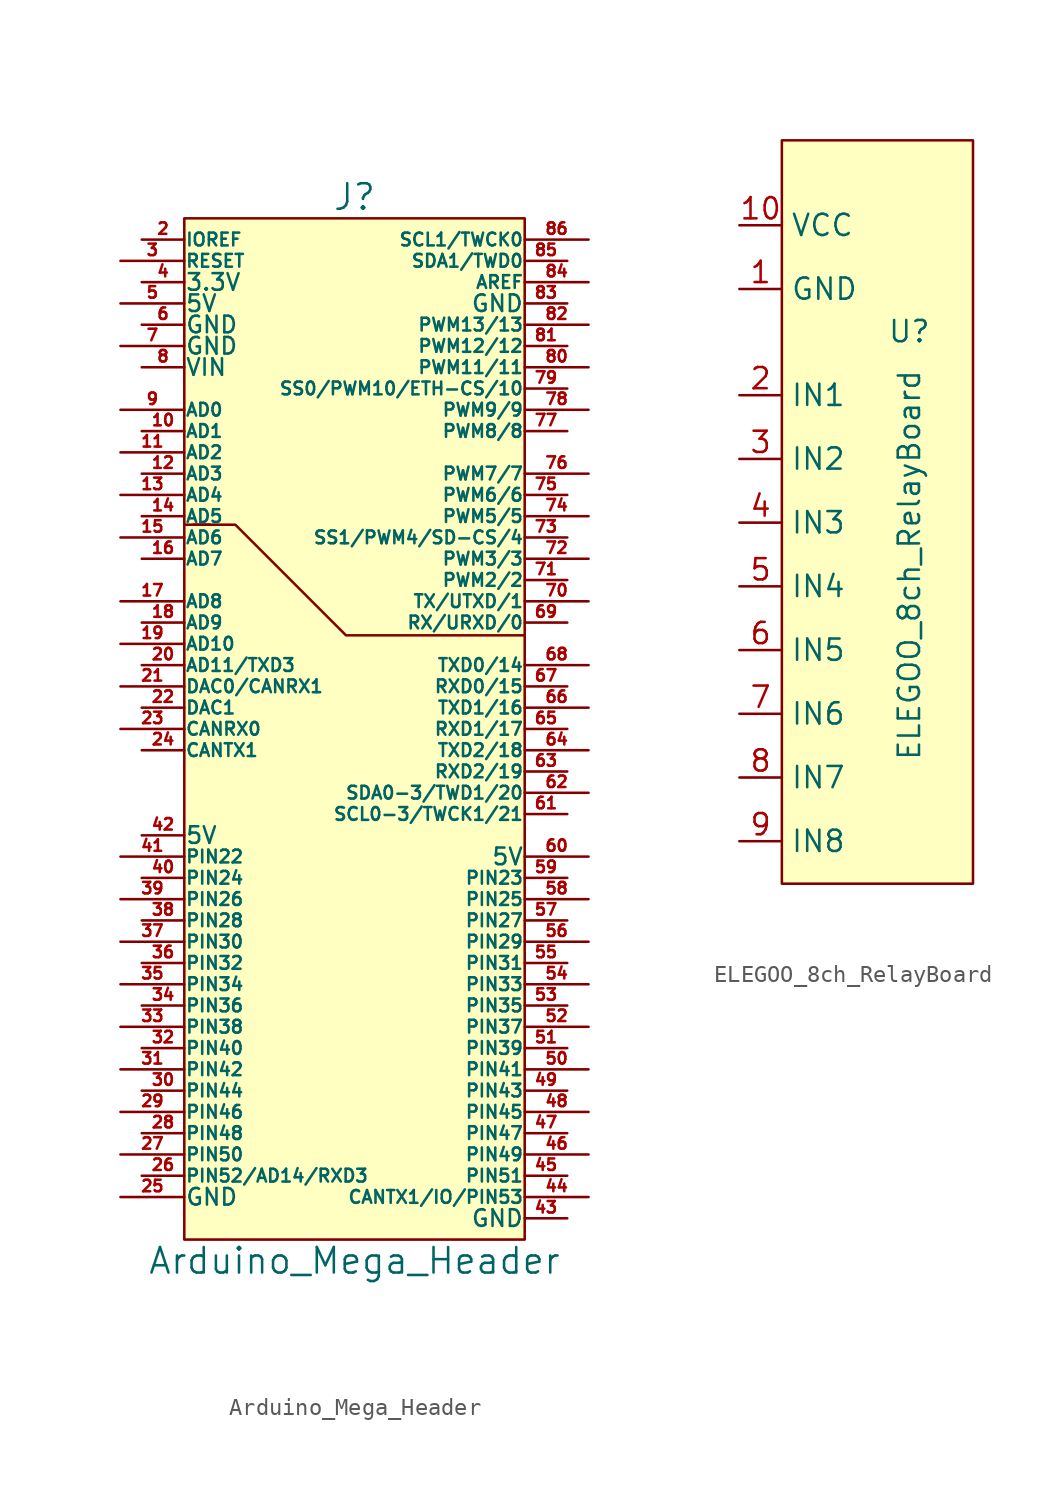
<source format=kicad_sym>
(kicad_symbol_lib
  (version 20211014)
  (generator kicad_symbol_editor)
  (symbol "Arduino_Mega_Header"
    (pin_names
      (offset 0.025))
    (property "Reference" "J"
      (at 0 31.75 0)
      (effects (font (size 1.524 1.524))))
    (property "Value" "Arduino_Mega_Header"
      (at 0 -31.75 0)
      (effects (font (size 1.524 1.524))))
    (property "Footprint" ""
      (at 0 0 0)
      (effects (font (size 1.524 1.524))))
    (property "Datasheet" ""
      (at 0 0 0)
      (effects (font (size 1.524 1.524))))
    (symbol "Arduino_Mega_Header_0_1"
      (polyline (pts (xy -8.636 12.192) (xy -9.652 12.192)) (stroke (width 0) (type default) (color 0 0 0 0)) (fill (type none)))
      (polyline (pts (xy 10.16 5.588) (xy -0.508 5.588) (xy -7.112 12.192) (xy -10.16 12.192)) (stroke (width 0) (type default) (color 0 0 0 0)) (fill (type none)))
      (rectangle (start 10.16 -30.48) (end -10.16 30.48) (stroke (width 0) (type default) (color 0 0 0 0)) (fill (type background))))
    (symbol "Arduino_Mega_Header_1_1"
      (pin passive line (at -12.7 17.78 0) (length 2.54) (name "AD1" (effects (font (size 0.762 0.762)))) (number "10" (effects (font (size 0.686 0.686)))))
      (pin passive line (at -13.97 16.51 0) (length 3.81) (name "AD2" (effects (font (size 0.762 0.762)))) (number "11" (effects (font (size 0.686 0.686)))))
      (pin passive line (at -12.7 15.24 0) (length 2.54) (name "AD3" (effects (font (size 0.762 0.762)))) (number "12" (effects (font (size 0.686 0.686)))))
      (pin passive line (at -13.97 13.97 0) (length 3.81) (name "AD4" (effects (font (size 0.762 0.762)))) (number "13" (effects (font (size 0.686 0.686)))))
      (pin passive line (at -12.7 12.7 0) (length 2.54) (name "AD5" (effects (font (size 0.762 0.762)))) (number "14" (effects (font (size 0.686 0.686)))))
      (pin passive line (at -13.97 11.43 0) (length 3.81) (name "AD6" (effects (font (size 0.762 0.762)))) (number "15" (effects (font (size 0.686 0.686)))))
      (pin passive line (at -12.7 10.16 0) (length 2.54) (name "AD7" (effects (font (size 0.762 0.762)))) (number "16" (effects (font (size 0.686 0.686)))))
      (pin passive line (at -13.97 7.62 0) (length 3.81) (name "AD8" (effects (font (size 0.762 0.762)))) (number "17" (effects (font (size 0.686 0.686)))))
      (pin passive line (at -12.7 6.35 0) (length 2.54) (name "AD9" (effects (font (size 0.762 0.762)))) (number "18" (effects (font (size 0.686 0.686)))))
      (pin passive line (at -13.97 5.08 0) (length 3.81) (name "AD10" (effects (font (size 0.762 0.762)))) (number "19" (effects (font (size 0.686 0.686)))))
      (pin passive line (at -12.7 29.21 0) (length 2.54) (name "IOREF" (effects (font (size 0.762 0.762)))) (number "2" (effects (font (size 0.686 0.686)))))
      (pin passive line (at -12.7 3.81 0) (length 2.54) (name "AD11/TXD3" (effects (font (size 0.762 0.762)))) (number "20" (effects (font (size 0.686 0.686)))))
      (pin passive line (at -13.97 2.54 0) (length 3.81) (name "DAC0/CANRX1" (effects (font (size 0.762 0.762)))) (number "21" (effects (font (size 0.686 0.686)))))
      (pin passive line (at -12.7 1.27 0) (length 2.54) (name "DAC1" (effects (font (size 0.762 0.762)))) (number "22" (effects (font (size 0.686 0.686)))))
      (pin passive line (at -13.97 0 0) (length 3.81) (name "CANRX0" (effects (font (size 0.762 0.762)))) (number "23" (effects (font (size 0.686 0.686)))))
      (pin passive line (at -12.7 -1.27 0) (length 2.54) (name "CANTX1" (effects (font (size 0.762 0.762)))) (number "24" (effects (font (size 0.686 0.686)))))
      (pin passive line (at -13.97 -27.94 0) (length 3.81) (name "GND" (effects (font (size 0.991 0.991)))) (number "25" (effects (font (size 0.686 0.686)))))
      (pin passive line (at -12.7 -26.67 0) (length 2.54) (name "PIN52/AD14/RXD3" (effects (font (size 0.762 0.762)))) (number "26" (effects (font (size 0.686 0.686)))))
      (pin passive line (at -13.97 -25.4 0) (length 3.81) (name "PIN50" (effects (font (size 0.762 0.762)))) (number "27" (effects (font (size 0.686 0.686)))))
      (pin passive line (at -12.7 -24.13 0) (length 2.54) (name "PIN48" (effects (font (size 0.762 0.762)))) (number "28" (effects (font (size 0.686 0.686)))))
      (pin passive line (at -13.97 -22.86 0) (length 3.81) (name "PIN46" (effects (font (size 0.762 0.762)))) (number "29" (effects (font (size 0.686 0.686)))))
      (pin passive line (at -13.97 27.94 0) (length 3.81) (name "RESET" (effects (font (size 0.762 0.762)))) (number "3" (effects (font (size 0.686 0.686)))))
      (pin passive line (at -12.7 -21.59 0) (length 2.54) (name "PIN44" (effects (font (size 0.762 0.762)))) (number "30" (effects (font (size 0.686 0.686)))))
      (pin passive line (at -13.97 -20.32 0) (length 3.81) (name "PIN42" (effects (font (size 0.762 0.762)))) (number "31" (effects (font (size 0.686 0.686)))))
      (pin passive line (at -12.7 -19.05 0) (length 2.54) (name "PIN40" (effects (font (size 0.762 0.762)))) (number "32" (effects (font (size 0.686 0.686)))))
      (pin passive line (at -13.97 -17.78 0) (length 3.81) (name "PIN38" (effects (font (size 0.762 0.762)))) (number "33" (effects (font (size 0.686 0.686)))))
      (pin passive line (at -12.7 -16.51 0) (length 2.54) (name "PIN36" (effects (font (size 0.762 0.762)))) (number "34" (effects (font (size 0.686 0.686)))))
      (pin passive line (at -13.97 -15.24 0) (length 3.81) (name "PIN34" (effects (font (size 0.762 0.762)))) (number "35" (effects (font (size 0.686 0.686)))))
      (pin passive line (at -12.7 -13.97 0) (length 2.54) (name "PIN32" (effects (font (size 0.762 0.762)))) (number "36" (effects (font (size 0.686 0.686)))))
      (pin passive line (at -13.97 -12.7 0) (length 3.81) (name "PIN30" (effects (font (size 0.762 0.762)))) (number "37" (effects (font (size 0.686 0.686)))))
      (pin passive line (at -12.7 -11.43 0) (length 2.54) (name "PIN28" (effects (font (size 0.762 0.762)))) (number "38" (effects (font (size 0.686 0.686)))))
      (pin passive line (at -13.97 -10.16 0) (length 3.81) (name "PIN26" (effects (font (size 0.762 0.762)))) (number "39" (effects (font (size 0.686 0.686)))))
      (pin passive line (at -12.7 26.67 0) (length 2.54) (name "3.3V" (effects (font (size 0.991 0.991)))) (number "4" (effects (font (size 0.686 0.686)))))
      (pin passive line (at -12.7 -8.89 0) (length 2.54) (name "PIN24" (effects (font (size 0.762 0.762)))) (number "40" (effects (font (size 0.686 0.686)))))
      (pin passive line (at -13.97 -7.62 0) (length 3.81) (name "PIN22" (effects (font (size 0.762 0.762)))) (number "41" (effects (font (size 0.686 0.686)))))
      (pin passive line (at -12.7 -6.35 0) (length 2.54) (name "5V" (effects (font (size 0.991 0.991)))) (number "42" (effects (font (size 0.686 0.686)))))
      (pin passive line (at 12.7 -29.21 180) (length 2.54) (name "GND" (effects (font (size 0.991 0.991)))) (number "43" (effects (font (size 0.686 0.686)))))
      (pin passive line (at 13.97 -27.94 180) (length 3.81) (name "CANTX1/IO/PIN53" (effects (font (size 0.762 0.762)))) (number "44" (effects (font (size 0.686 0.686)))))
      (pin passive line (at 12.7 -26.67 180) (length 2.54) (name "PIN51" (effects (font (size 0.762 0.762)))) (number "45" (effects (font (size 0.686 0.686)))))
      (pin passive line (at 13.97 -25.4 180) (length 3.81) (name "PIN49" (effects (font (size 0.762 0.762)))) (number "46" (effects (font (size 0.686 0.686)))))
      (pin passive line (at 12.7 -24.13 180) (length 2.54) (name "PIN47" (effects (font (size 0.762 0.762)))) (number "47" (effects (font (size 0.686 0.686)))))
      (pin passive line (at 13.97 -22.86 180) (length 3.81) (name "PIN45" (effects (font (size 0.762 0.762)))) (number "48" (effects (font (size 0.686 0.686)))))
      (pin passive line (at 12.7 -21.59 180) (length 2.54) (name "PIN43" (effects (font (size 0.762 0.762)))) (number "49" (effects (font (size 0.686 0.686)))))
      (pin passive line (at -13.97 25.4 0) (length 3.81) (name "5V" (effects (font (size 0.991 0.991)))) (number "5" (effects (font (size 0.686 0.686)))))
      (pin passive line (at 13.97 -20.32 180) (length 3.81) (name "PIN41" (effects (font (size 0.762 0.762)))) (number "50" (effects (font (size 0.686 0.686)))))
      (pin passive line (at 12.7 -19.05 180) (length 2.54) (name "PIN39" (effects (font (size 0.762 0.762)))) (number "51" (effects (font (size 0.686 0.686)))))
      (pin passive line (at 13.97 -17.78 180) (length 3.81) (name "PIN37" (effects (font (size 0.762 0.762)))) (number "52" (effects (font (size 0.686 0.686)))))
      (pin passive line (at 12.7 -16.51 180) (length 2.54) (name "PIN35" (effects (font (size 0.762 0.762)))) (number "53" (effects (font (size 0.686 0.686)))))
      (pin passive line (at 13.97 -15.24 180) (length 3.81) (name "PIN33" (effects (font (size 0.762 0.762)))) (number "54" (effects (font (size 0.686 0.686)))))
      (pin passive line (at 12.7 -13.97 180) (length 2.54) (name "PIN31" (effects (font (size 0.762 0.762)))) (number "55" (effects (font (size 0.686 0.686)))))
      (pin passive line (at 13.97 -12.7 180) (length 3.81) (name "PIN29" (effects (font (size 0.762 0.762)))) (number "56" (effects (font (size 0.686 0.686)))))
      (pin passive line (at 12.7 -11.43 180) (length 2.54) (name "PIN27" (effects (font (size 0.762 0.762)))) (number "57" (effects (font (size 0.686 0.686)))))
      (pin passive line (at 13.97 -10.16 180) (length 3.81) (name "PIN25" (effects (font (size 0.762 0.762)))) (number "58" (effects (font (size 0.686 0.686)))))
      (pin passive line (at 12.7 -8.89 180) (length 2.54) (name "PIN23" (effects (font (size 0.762 0.762)))) (number "59" (effects (font (size 0.686 0.686)))))
      (pin passive line (at -12.7 24.13 0) (length 2.54) (name "GND" (effects (font (size 0.991 0.991)))) (number "6" (effects (font (size 0.686 0.686)))))
      (pin passive line (at 13.97 -7.62 180) (length 3.81) (name "5V" (effects (font (size 0.991 0.991)))) (number "60" (effects (font (size 0.686 0.686)))))
      (pin passive line (at 12.7 -5.08 180) (length 2.54) (name "SCL0-3/TWCK1/21" (effects (font (size 0.762 0.762)))) (number "61" (effects (font (size 0.686 0.686)))))
      (pin passive line (at 13.97 -3.81 180) (length 3.81) (name "SDA0-3/TWD1/20" (effects (font (size 0.762 0.762)))) (number "62" (effects (font (size 0.686 0.686)))))
      (pin passive line (at 12.7 -2.54 180) (length 2.54) (name "RXD2/19" (effects (font (size 0.762 0.762)))) (number "63" (effects (font (size 0.686 0.686)))))
      (pin passive line (at 13.97 -1.27 180) (length 3.81) (name "TXD2/18" (effects (font (size 0.762 0.762)))) (number "64" (effects (font (size 0.686 0.686)))))
      (pin passive line (at 12.7 0 180) (length 2.54) (name "RXD1/17" (effects (font (size 0.762 0.762)))) (number "65" (effects (font (size 0.686 0.686)))))
      (pin passive line (at 13.97 1.27 180) (length 3.81) (name "TXD1/16" (effects (font (size 0.762 0.762)))) (number "66" (effects (font (size 0.686 0.686)))))
      (pin passive line (at 12.7 2.54 180) (length 2.54) (name "RXD0/15" (effects (font (size 0.762 0.762)))) (number "67" (effects (font (size 0.686 0.686)))))
      (pin passive line (at 13.97 3.81 180) (length 3.81) (name "TXD0/14" (effects (font (size 0.762 0.762)))) (number "68" (effects (font (size 0.686 0.686)))))
      (pin passive line (at 12.7 6.35 180) (length 2.54) (name "RX/URXD/0" (effects (font (size 0.762 0.762)))) (number "69" (effects (font (size 0.686 0.686)))))
      (pin passive line (at -13.97 22.86 0) (length 3.81) (name "GND" (effects (font (size 0.991 0.991)))) (number "7" (effects (font (size 0.686 0.686)))))
      (pin passive line (at 13.97 7.62 180) (length 3.81) (name "TX/UTXD/1" (effects (font (size 0.762 0.762)))) (number "70" (effects (font (size 0.686 0.686)))))
      (pin passive line (at 12.7 8.89 180) (length 2.54) (name "PWM2/2" (effects (font (size 0.762 0.762)))) (number "71" (effects (font (size 0.686 0.686)))))
      (pin passive line (at 13.97 10.16 180) (length 3.81) (name "PWM3/3" (effects (font (size 0.762 0.762)))) (number "72" (effects (font (size 0.686 0.686)))))
      (pin passive line (at 12.7 11.43 180) (length 2.54) (name "SS1/PWM4/SD-CS/4" (effects (font (size 0.762 0.762)))) (number "73" (effects (font (size 0.686 0.686)))))
      (pin passive line (at 13.97 12.7 180) (length 3.81) (name "PWM5/5" (effects (font (size 0.762 0.762)))) (number "74" (effects (font (size 0.686 0.686)))))
      (pin passive line (at 12.7 13.97 180) (length 2.54) (name "PWM6/6" (effects (font (size 0.762 0.762)))) (number "75" (effects (font (size 0.686 0.686)))))
      (pin passive line (at 13.97 15.24 180) (length 3.81) (name "PWM7/7" (effects (font (size 0.762 0.762)))) (number "76" (effects (font (size 0.686 0.686)))))
      (pin passive line (at 12.7 17.78 180) (length 2.54) (name "PWM8/8" (effects (font (size 0.762 0.762)))) (number "77" (effects (font (size 0.686 0.686)))))
      (pin passive line (at 13.97 19.05 180) (length 3.81) (name "PWM9/9" (effects (font (size 0.762 0.762)))) (number "78" (effects (font (size 0.686 0.686)))))
      (pin passive line (at 12.7 20.32 180) (length 2.54) (name "SS0/PWM10/ETH-CS/10" (effects (font (size 0.762 0.762)))) (number "79" (effects (font (size 0.686 0.686)))))
      (pin passive line (at -12.7 21.59 0) (length 2.54) (name "VIN" (effects (font (size 0.991 0.991)))) (number "8" (effects (font (size 0.686 0.686)))))
      (pin passive line (at 13.97 21.59 180) (length 3.81) (name "PWM11/11" (effects (font (size 0.762 0.762)))) (number "80" (effects (font (size 0.686 0.686)))))
      (pin passive line (at 12.7 22.86 180) (length 2.54) (name "PWM12/12" (effects (font (size 0.762 0.762)))) (number "81" (effects (font (size 0.686 0.686)))))
      (pin passive line (at 13.97 24.13 180) (length 3.81) (name "PWM13/13" (effects (font (size 0.762 0.762)))) (number "82" (effects (font (size 0.686 0.686)))))
      (pin passive line (at 12.7 25.4 180) (length 2.54) (name "GND" (effects (font (size 0.991 0.991)))) (number "83" (effects (font (size 0.686 0.686)))))
      (pin passive line (at 13.97 26.67 180) (length 3.81) (name "AREF" (effects (font (size 0.762 0.762)))) (number "84" (effects (font (size 0.686 0.686)))))
      (pin passive line (at 12.7 27.94 180) (length 2.54) (name "SDA1/TWD0" (effects (font (size 0.762 0.762)))) (number "85" (effects (font (size 0.686 0.686)))))
      (pin passive line (at 13.97 29.21 180) (length 3.81) (name "SCL1/TWCK0" (effects (font (size 0.762 0.762)))) (number "86" (effects (font (size 0.686 0.686)))))
      (pin passive line (at -13.97 19.05 0) (length 3.81) (name "AD0" (effects (font (size 0.762 0.762)))) (number "9" (effects (font (size 0.686 0.686)))))))
  (symbol "ELEGOO_8ch_RelayBoard"
    (property "Reference" "U"
      (at -3.81 -11.43 0)
      (effects (font (size 1.27 1.27))))
    (property "Value" "ELEGOO_8ch_RelayBoard"
      (at -3.81 -25.4 90)
      (effects (font (size 1.27 1.27))))
    (symbol "ELEGOO_8ch_RelayBoard_0_1"
      (rectangle (start -11.43 0) (end 0 -44.45) (stroke (width 0) (type default) (color 0 0 0 0)) (fill (type background))))
    (symbol "ELEGOO_8ch_RelayBoard_1_1"
      (pin passive line (at -13.97 -8.89 0) (length 2.54) (name "GND" (effects (font (size 1.27 1.27)))) (number "1" (effects (font (size 1.27 1.27)))))
      (pin passive line (at -13.97 -5.08 0) (length 2.54) (name "VCC" (effects (font (size 1.27 1.27)))) (number "10" (effects (font (size 1.27 1.27)))))
      (pin input line (at -13.97 -15.24 0) (length 2.54) (name "IN1" (effects (font (size 1.27 1.27)))) (number "2" (effects (font (size 1.27 1.27)))))
      (pin input line (at -13.97 -19.05 0) (length 2.54) (name "IN2" (effects (font (size 1.27 1.27)))) (number "3" (effects (font (size 1.27 1.27)))))
      (pin input line (at -13.97 -22.86 0) (length 2.54) (name "IN3" (effects (font (size 1.27 1.27)))) (number "4" (effects (font (size 1.27 1.27)))))
      (pin input line (at -13.97 -26.67 0) (length 2.54) (name "IN4" (effects (font (size 1.27 1.27)))) (number "5" (effects (font (size 1.27 1.27)))))
      (pin input line (at -13.97 -30.48 0) (length 2.54) (name "IN5" (effects (font (size 1.27 1.27)))) (number "6" (effects (font (size 1.27 1.27)))))
      (pin input line (at -13.97 -34.29 0) (length 2.54) (name "IN6" (effects (font (size 1.27 1.27)))) (number "7" (effects (font (size 1.27 1.27)))))
      (pin input line (at -13.97 -38.1 0) (length 2.54) (name "IN7" (effects (font (size 1.27 1.27)))) (number "8" (effects (font (size 1.27 1.27)))))
      (pin input line (at -13.97 -41.91 0) (length 2.54) (name "IN8" (effects (font (size 1.27 1.27)))) (number "9" (effects (font (size 1.27 1.27))))))))
</source>
